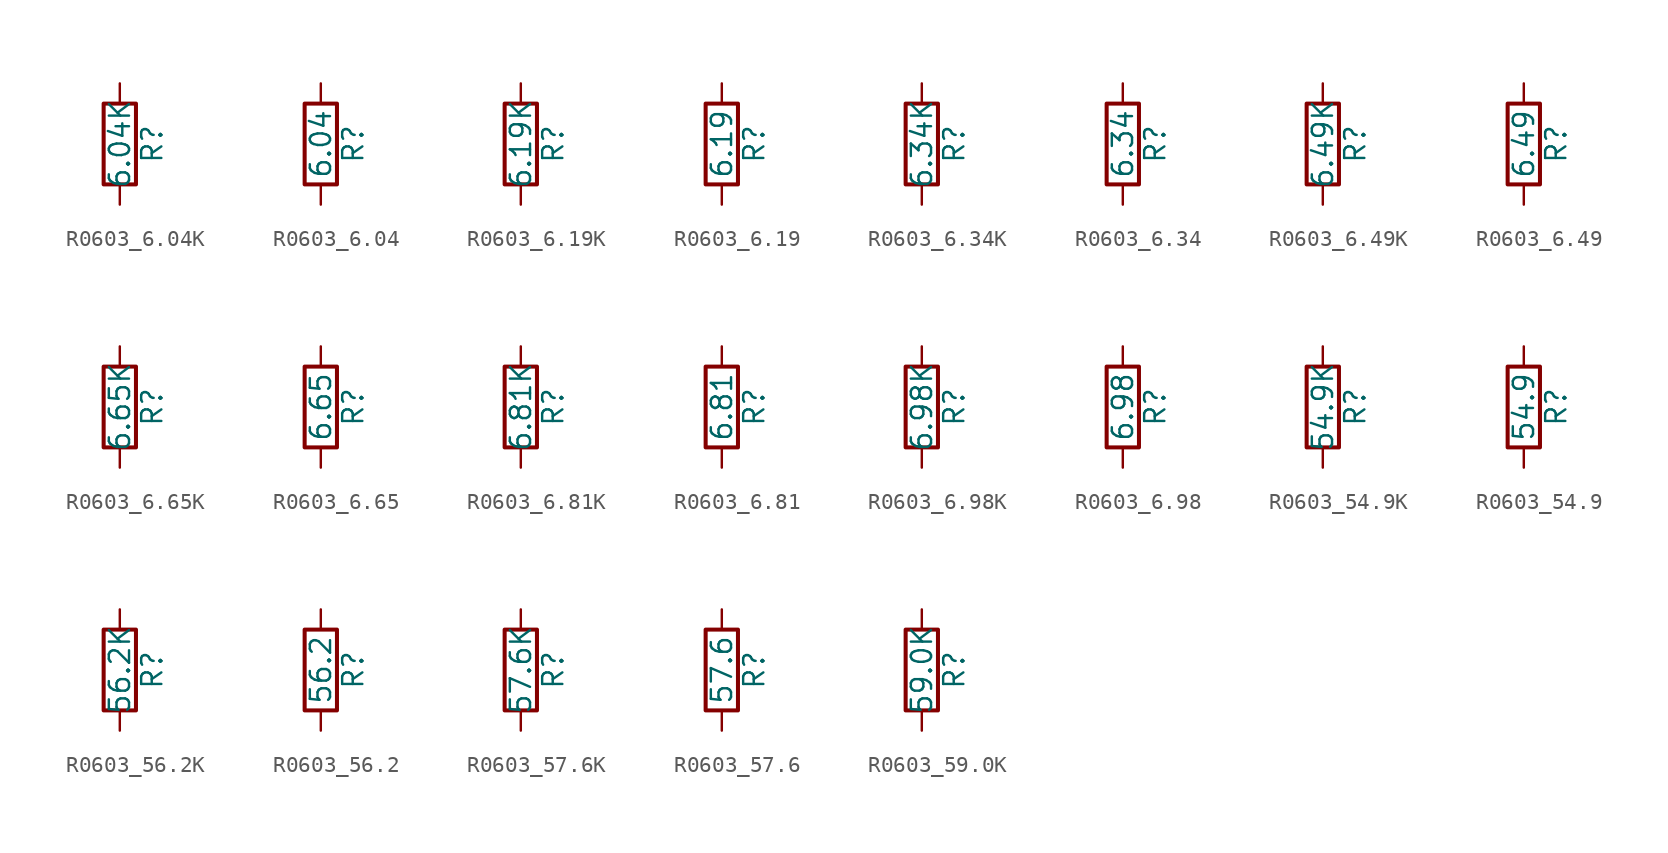
<source format=kicad_sym>
(kicad_symbol_lib
  (version 20211014)
  (generator atlantix-eda)
  (symbol "R0603_6.04K"
    (pin_numbers hide)
    (pin_names
      (offset 0))
    (property "Reference" "R"
      (at 2.032 0 90)
      (effects (font (size 1.27 1.27))))
    (property "Value" "6.04K"
      (at 0 0 90)
      (effects (font (size 1.27 1.27))))
    (symbol "R0603_6.04K_0_1"
      (rectangle (start -1.016 -2.54) (end 1.016 2.54) (stroke (width 0.254) (type default) (color 0 0 0 0)) (fill (type none))))
    (symbol "R0603_6.04K_1_1"
      (pin passive line (at 0 3.81 270) (length 1.27) (name "~" (effects (font (size 1.27 1.27)))) (number "1" (effects (font (size 1.27 1.27)))))
      (pin passive line (at 0 -3.81 90) (length 1.27) (name "~" (effects (font (size 1.27 1.27)))) (number "2" (effects (font (size 1.27 1.27)))))))
  (symbol "R0603_6.04"
    (pin_numbers hide)
    (pin_names
      (offset 0))
    (property "Reference" "R"
      (at 2.032 0 90)
      (effects (font (size 1.27 1.27))))
    (property "Value" "6.04"
      (at 0 0 90)
      (effects (font (size 1.27 1.27))))
    (symbol "R0603_6.04_0_1"
      (rectangle (start -1.016 -2.54) (end 1.016 2.54) (stroke (width 0.254) (type default) (color 0 0 0 0)) (fill (type none))))
    (symbol "R0603_6.04_1_1"
      (pin passive line (at 0 3.81 270) (length 1.27) (name "~" (effects (font (size 1.27 1.27)))) (number "1" (effects (font (size 1.27 1.27)))))
      (pin passive line (at 0 -3.81 90) (length 1.27) (name "~" (effects (font (size 1.27 1.27)))) (number "2" (effects (font (size 1.27 1.27)))))))
  (symbol "R0603_6.19K"
    (pin_numbers hide)
    (pin_names
      (offset 0))
    (property "Reference" "R"
      (at 2.032 0 90)
      (effects (font (size 1.27 1.27))))
    (property "Value" "6.19K"
      (at 0 0 90)
      (effects (font (size 1.27 1.27))))
    (symbol "R0603_6.19K_0_1"
      (rectangle (start -1.016 -2.54) (end 1.016 2.54) (stroke (width 0.254) (type default) (color 0 0 0 0)) (fill (type none))))
    (symbol "R0603_6.19K_1_1"
      (pin passive line (at 0 3.81 270) (length 1.27) (name "~" (effects (font (size 1.27 1.27)))) (number "1" (effects (font (size 1.27 1.27)))))
      (pin passive line (at 0 -3.81 90) (length 1.27) (name "~" (effects (font (size 1.27 1.27)))) (number "2" (effects (font (size 1.27 1.27)))))))
  (symbol "R0603_6.19"
    (pin_numbers hide)
    (pin_names
      (offset 0))
    (property "Reference" "R"
      (at 2.032 0 90)
      (effects (font (size 1.27 1.27))))
    (property "Value" "6.19"
      (at 0 0 90)
      (effects (font (size 1.27 1.27))))
    (symbol "R0603_6.19_0_1"
      (rectangle (start -1.016 -2.54) (end 1.016 2.54) (stroke (width 0.254) (type default) (color 0 0 0 0)) (fill (type none))))
    (symbol "R0603_6.19_1_1"
      (pin passive line (at 0 3.81 270) (length 1.27) (name "~" (effects (font (size 1.27 1.27)))) (number "1" (effects (font (size 1.27 1.27)))))
      (pin passive line (at 0 -3.81 90) (length 1.27) (name "~" (effects (font (size 1.27 1.27)))) (number "2" (effects (font (size 1.27 1.27)))))))
  (symbol "R0603_6.34K"
    (pin_numbers hide)
    (pin_names
      (offset 0))
    (property "Reference" "R"
      (at 2.032 0 90)
      (effects (font (size 1.27 1.27))))
    (property "Value" "6.34K"
      (at 0 0 90)
      (effects (font (size 1.27 1.27))))
    (symbol "R0603_6.34K_0_1"
      (rectangle (start -1.016 -2.54) (end 1.016 2.54) (stroke (width 0.254) (type default) (color 0 0 0 0)) (fill (type none))))
    (symbol "R0603_6.34K_1_1"
      (pin passive line (at 0 3.81 270) (length 1.27) (name "~" (effects (font (size 1.27 1.27)))) (number "1" (effects (font (size 1.27 1.27)))))
      (pin passive line (at 0 -3.81 90) (length 1.27) (name "~" (effects (font (size 1.27 1.27)))) (number "2" (effects (font (size 1.27 1.27)))))))
  (symbol "R0603_6.34"
    (pin_numbers hide)
    (pin_names
      (offset 0))
    (property "Reference" "R"
      (at 2.032 0 90)
      (effects (font (size 1.27 1.27))))
    (property "Value" "6.34"
      (at 0 0 90)
      (effects (font (size 1.27 1.27))))
    (symbol "R0603_6.34_0_1"
      (rectangle (start -1.016 -2.54) (end 1.016 2.54) (stroke (width 0.254) (type default) (color 0 0 0 0)) (fill (type none))))
    (symbol "R0603_6.34_1_1"
      (pin passive line (at 0 3.81 270) (length 1.27) (name "~" (effects (font (size 1.27 1.27)))) (number "1" (effects (font (size 1.27 1.27)))))
      (pin passive line (at 0 -3.81 90) (length 1.27) (name "~" (effects (font (size 1.27 1.27)))) (number "2" (effects (font (size 1.27 1.27)))))))
  (symbol "R0603_6.49K"
    (pin_numbers hide)
    (pin_names
      (offset 0))
    (property "Reference" "R"
      (at 2.032 0 90)
      (effects (font (size 1.27 1.27))))
    (property "Value" "6.49K"
      (at 0 0 90)
      (effects (font (size 1.27 1.27))))
    (symbol "R0603_6.49K_0_1"
      (rectangle (start -1.016 -2.54) (end 1.016 2.54) (stroke (width 0.254) (type default) (color 0 0 0 0)) (fill (type none))))
    (symbol "R0603_6.49K_1_1"
      (pin passive line (at 0 3.81 270) (length 1.27) (name "~" (effects (font (size 1.27 1.27)))) (number "1" (effects (font (size 1.27 1.27)))))
      (pin passive line (at 0 -3.81 90) (length 1.27) (name "~" (effects (font (size 1.27 1.27)))) (number "2" (effects (font (size 1.27 1.27)))))))
  (symbol "R0603_6.49"
    (pin_numbers hide)
    (pin_names
      (offset 0))
    (property "Reference" "R"
      (at 2.032 0 90)
      (effects (font (size 1.27 1.27))))
    (property "Value" "6.49"
      (at 0 0 90)
      (effects (font (size 1.27 1.27))))
    (symbol "R0603_6.49_0_1"
      (rectangle (start -1.016 -2.54) (end 1.016 2.54) (stroke (width 0.254) (type default) (color 0 0 0 0)) (fill (type none))))
    (symbol "R0603_6.49_1_1"
      (pin passive line (at 0 3.81 270) (length 1.27) (name "~" (effects (font (size 1.27 1.27)))) (number "1" (effects (font (size 1.27 1.27)))))
      (pin passive line (at 0 -3.81 90) (length 1.27) (name "~" (effects (font (size 1.27 1.27)))) (number "2" (effects (font (size 1.27 1.27)))))))
  (symbol "R0603_6.65K"
    (pin_numbers hide)
    (pin_names
      (offset 0))
    (property "Reference" "R"
      (at 2.032 0 90)
      (effects (font (size 1.27 1.27))))
    (property "Value" "6.65K"
      (at 0 0 90)
      (effects (font (size 1.27 1.27))))
    (symbol "R0603_6.65K_0_1"
      (rectangle (start -1.016 -2.54) (end 1.016 2.54) (stroke (width 0.254) (type default) (color 0 0 0 0)) (fill (type none))))
    (symbol "R0603_6.65K_1_1"
      (pin passive line (at 0 3.81 270) (length 1.27) (name "~" (effects (font (size 1.27 1.27)))) (number "1" (effects (font (size 1.27 1.27)))))
      (pin passive line (at 0 -3.81 90) (length 1.27) (name "~" (effects (font (size 1.27 1.27)))) (number "2" (effects (font (size 1.27 1.27)))))))
  (symbol "R0603_6.65"
    (pin_numbers hide)
    (pin_names
      (offset 0))
    (property "Reference" "R"
      (at 2.032 0 90)
      (effects (font (size 1.27 1.27))))
    (property "Value" "6.65"
      (at 0 0 90)
      (effects (font (size 1.27 1.27))))
    (symbol "R0603_6.65_0_1"
      (rectangle (start -1.016 -2.54) (end 1.016 2.54) (stroke (width 0.254) (type default) (color 0 0 0 0)) (fill (type none))))
    (symbol "R0603_6.65_1_1"
      (pin passive line (at 0 3.81 270) (length 1.27) (name "~" (effects (font (size 1.27 1.27)))) (number "1" (effects (font (size 1.27 1.27)))))
      (pin passive line (at 0 -3.81 90) (length 1.27) (name "~" (effects (font (size 1.27 1.27)))) (number "2" (effects (font (size 1.27 1.27)))))))
  (symbol "R0603_6.81K"
    (pin_numbers hide)
    (pin_names
      (offset 0))
    (property "Reference" "R"
      (at 2.032 0 90)
      (effects (font (size 1.27 1.27))))
    (property "Value" "6.81K"
      (at 0 0 90)
      (effects (font (size 1.27 1.27))))
    (symbol "R0603_6.81K_0_1"
      (rectangle (start -1.016 -2.54) (end 1.016 2.54) (stroke (width 0.254) (type default) (color 0 0 0 0)) (fill (type none))))
    (symbol "R0603_6.81K_1_1"
      (pin passive line (at 0 3.81 270) (length 1.27) (name "~" (effects (font (size 1.27 1.27)))) (number "1" (effects (font (size 1.27 1.27)))))
      (pin passive line (at 0 -3.81 90) (length 1.27) (name "~" (effects (font (size 1.27 1.27)))) (number "2" (effects (font (size 1.27 1.27)))))))
  (symbol "R0603_6.81"
    (pin_numbers hide)
    (pin_names
      (offset 0))
    (property "Reference" "R"
      (at 2.032 0 90)
      (effects (font (size 1.27 1.27))))
    (property "Value" "6.81"
      (at 0 0 90)
      (effects (font (size 1.27 1.27))))
    (symbol "R0603_6.81_0_1"
      (rectangle (start -1.016 -2.54) (end 1.016 2.54) (stroke (width 0.254) (type default) (color 0 0 0 0)) (fill (type none))))
    (symbol "R0603_6.81_1_1"
      (pin passive line (at 0 3.81 270) (length 1.27) (name "~" (effects (font (size 1.27 1.27)))) (number "1" (effects (font (size 1.27 1.27)))))
      (pin passive line (at 0 -3.81 90) (length 1.27) (name "~" (effects (font (size 1.27 1.27)))) (number "2" (effects (font (size 1.27 1.27)))))))
  (symbol "R0603_6.98K"
    (pin_numbers hide)
    (pin_names
      (offset 0))
    (property "Reference" "R"
      (at 2.032 0 90)
      (effects (font (size 1.27 1.27))))
    (property "Value" "6.98K"
      (at 0 0 90)
      (effects (font (size 1.27 1.27))))
    (symbol "R0603_6.98K_0_1"
      (rectangle (start -1.016 -2.54) (end 1.016 2.54) (stroke (width 0.254) (type default) (color 0 0 0 0)) (fill (type none))))
    (symbol "R0603_6.98K_1_1"
      (pin passive line (at 0 3.81 270) (length 1.27) (name "~" (effects (font (size 1.27 1.27)))) (number "1" (effects (font (size 1.27 1.27)))))
      (pin passive line (at 0 -3.81 90) (length 1.27) (name "~" (effects (font (size 1.27 1.27)))) (number "2" (effects (font (size 1.27 1.27)))))))
  (symbol "R0603_6.98"
    (pin_numbers hide)
    (pin_names
      (offset 0))
    (property "Reference" "R"
      (at 2.032 0 90)
      (effects (font (size 1.27 1.27))))
    (property "Value" "6.98"
      (at 0 0 90)
      (effects (font (size 1.27 1.27))))
    (symbol "R0603_6.98_0_1"
      (rectangle (start -1.016 -2.54) (end 1.016 2.54) (stroke (width 0.254) (type default) (color 0 0 0 0)) (fill (type none))))
    (symbol "R0603_6.98_1_1"
      (pin passive line (at 0 3.81 270) (length 1.27) (name "~" (effects (font (size 1.27 1.27)))) (number "1" (effects (font (size 1.27 1.27)))))
      (pin passive line (at 0 -3.81 90) (length 1.27) (name "~" (effects (font (size 1.27 1.27)))) (number "2" (effects (font (size 1.27 1.27)))))))
  (symbol "R0603_54.9K"
    (pin_numbers hide)
    (pin_names
      (offset 0))
    (property "Reference" "R"
      (at 2.032 0 90)
      (effects (font (size 1.27 1.27))))
    (property "Value" "54.9K"
      (at 0 0 90)
      (effects (font (size 1.27 1.27))))
    (symbol "R0603_54.9K_0_1"
      (rectangle (start -1.016 -2.54) (end 1.016 2.54) (stroke (width 0.254) (type default) (color 0 0 0 0)) (fill (type none))))
    (symbol "R0603_54.9K_1_1"
      (pin passive line (at 0 3.81 270) (length 1.27) (name "~" (effects (font (size 1.27 1.27)))) (number "1" (effects (font (size 1.27 1.27)))))
      (pin passive line (at 0 -3.81 90) (length 1.27) (name "~" (effects (font (size 1.27 1.27)))) (number "2" (effects (font (size 1.27 1.27)))))))
  (symbol "R0603_54.9"
    (pin_numbers hide)
    (pin_names
      (offset 0))
    (property "Reference" "R"
      (at 2.032 0 90)
      (effects (font (size 1.27 1.27))))
    (property "Value" "54.9"
      (at 0 0 90)
      (effects (font (size 1.27 1.27))))
    (symbol "R0603_54.9_0_1"
      (rectangle (start -1.016 -2.54) (end 1.016 2.54) (stroke (width 0.254) (type default) (color 0 0 0 0)) (fill (type none))))
    (symbol "R0603_54.9_1_1"
      (pin passive line (at 0 3.81 270) (length 1.27) (name "~" (effects (font (size 1.27 1.27)))) (number "1" (effects (font (size 1.27 1.27)))))
      (pin passive line (at 0 -3.81 90) (length 1.27) (name "~" (effects (font (size 1.27 1.27)))) (number "2" (effects (font (size 1.27 1.27)))))))
  (symbol "R0603_56.2K"
    (pin_numbers hide)
    (pin_names
      (offset 0))
    (property "Reference" "R"
      (at 2.032 0 90)
      (effects (font (size 1.27 1.27))))
    (property "Value" "56.2K"
      (at 0 0 90)
      (effects (font (size 1.27 1.27))))
    (symbol "R0603_56.2K_0_1"
      (rectangle (start -1.016 -2.54) (end 1.016 2.54) (stroke (width 0.254) (type default) (color 0 0 0 0)) (fill (type none))))
    (symbol "R0603_56.2K_1_1"
      (pin passive line (at 0 3.81 270) (length 1.27) (name "~" (effects (font (size 1.27 1.27)))) (number "1" (effects (font (size 1.27 1.27)))))
      (pin passive line (at 0 -3.81 90) (length 1.27) (name "~" (effects (font (size 1.27 1.27)))) (number "2" (effects (font (size 1.27 1.27)))))))
  (symbol "R0603_56.2"
    (pin_numbers hide)
    (pin_names
      (offset 0))
    (property "Reference" "R"
      (at 2.032 0 90)
      (effects (font (size 1.27 1.27))))
    (property "Value" "56.2"
      (at 0 0 90)
      (effects (font (size 1.27 1.27))))
    (symbol "R0603_56.2_0_1"
      (rectangle (start -1.016 -2.54) (end 1.016 2.54) (stroke (width 0.254) (type default) (color 0 0 0 0)) (fill (type none))))
    (symbol "R0603_56.2_1_1"
      (pin passive line (at 0 3.81 270) (length 1.27) (name "~" (effects (font (size 1.27 1.27)))) (number "1" (effects (font (size 1.27 1.27)))))
      (pin passive line (at 0 -3.81 90) (length 1.27) (name "~" (effects (font (size 1.27 1.27)))) (number "2" (effects (font (size 1.27 1.27)))))))
  (symbol "R0603_57.6K"
    (pin_numbers hide)
    (pin_names
      (offset 0))
    (property "Reference" "R"
      (at 2.032 0 90)
      (effects (font (size 1.27 1.27))))
    (property "Value" "57.6K"
      (at 0 0 90)
      (effects (font (size 1.27 1.27))))
    (symbol "R0603_57.6K_0_1"
      (rectangle (start -1.016 -2.54) (end 1.016 2.54) (stroke (width 0.254) (type default) (color 0 0 0 0)) (fill (type none))))
    (symbol "R0603_57.6K_1_1"
      (pin passive line (at 0 3.81 270) (length 1.27) (name "~" (effects (font (size 1.27 1.27)))) (number "1" (effects (font (size 1.27 1.27)))))
      (pin passive line (at 0 -3.81 90) (length 1.27) (name "~" (effects (font (size 1.27 1.27)))) (number "2" (effects (font (size 1.27 1.27)))))))
  (symbol "R0603_57.6"
    (pin_numbers hide)
    (pin_names
      (offset 0))
    (property "Reference" "R"
      (at 2.032 0 90)
      (effects (font (size 1.27 1.27))))
    (property "Value" "57.6"
      (at 0 0 90)
      (effects (font (size 1.27 1.27))))
    (symbol "R0603_57.6_0_1"
      (rectangle (start -1.016 -2.54) (end 1.016 2.54) (stroke (width 0.254) (type default) (color 0 0 0 0)) (fill (type none))))
    (symbol "R0603_57.6_1_1"
      (pin passive line (at 0 3.81 270) (length 1.27) (name "~" (effects (font (size 1.27 1.27)))) (number "1" (effects (font (size 1.27 1.27)))))
      (pin passive line (at 0 -3.81 90) (length 1.27) (name "~" (effects (font (size 1.27 1.27)))) (number "2" (effects (font (size 1.27 1.27)))))))
  (symbol "R0603_59.0K"
    (pin_numbers hide)
    (pin_names
      (offset 0))
    (property "Reference" "R"
      (at 2.032 0 90)
      (effects (font (size 1.27 1.27))))
    (property "Value" "59.0K"
      (at 0 0 90)
      (effects (font (size 1.27 1.27))))
    (symbol "R0603_59.0K_0_1"
      (rectangle (start -1.016 -2.54) (end 1.016 2.54) (stroke (width 0.254) (type default) (color 0 0 0 0)) (fill (type none))))
    (symbol "R0603_59.0K_1_1"
      (pin passive line (at 0 3.81 270) (length 1.27) (name "~" (effects (font (size 1.27 1.27)))) (number "1" (effects (font (size 1.27 1.27)))))
      (pin passive line (at 0 -3.81 90) (length 1.27) (name "~" (effects (font (size 1.27 1.27)))) (number "2" (effects (font (size 1.27 1.27))))))))
</source>
